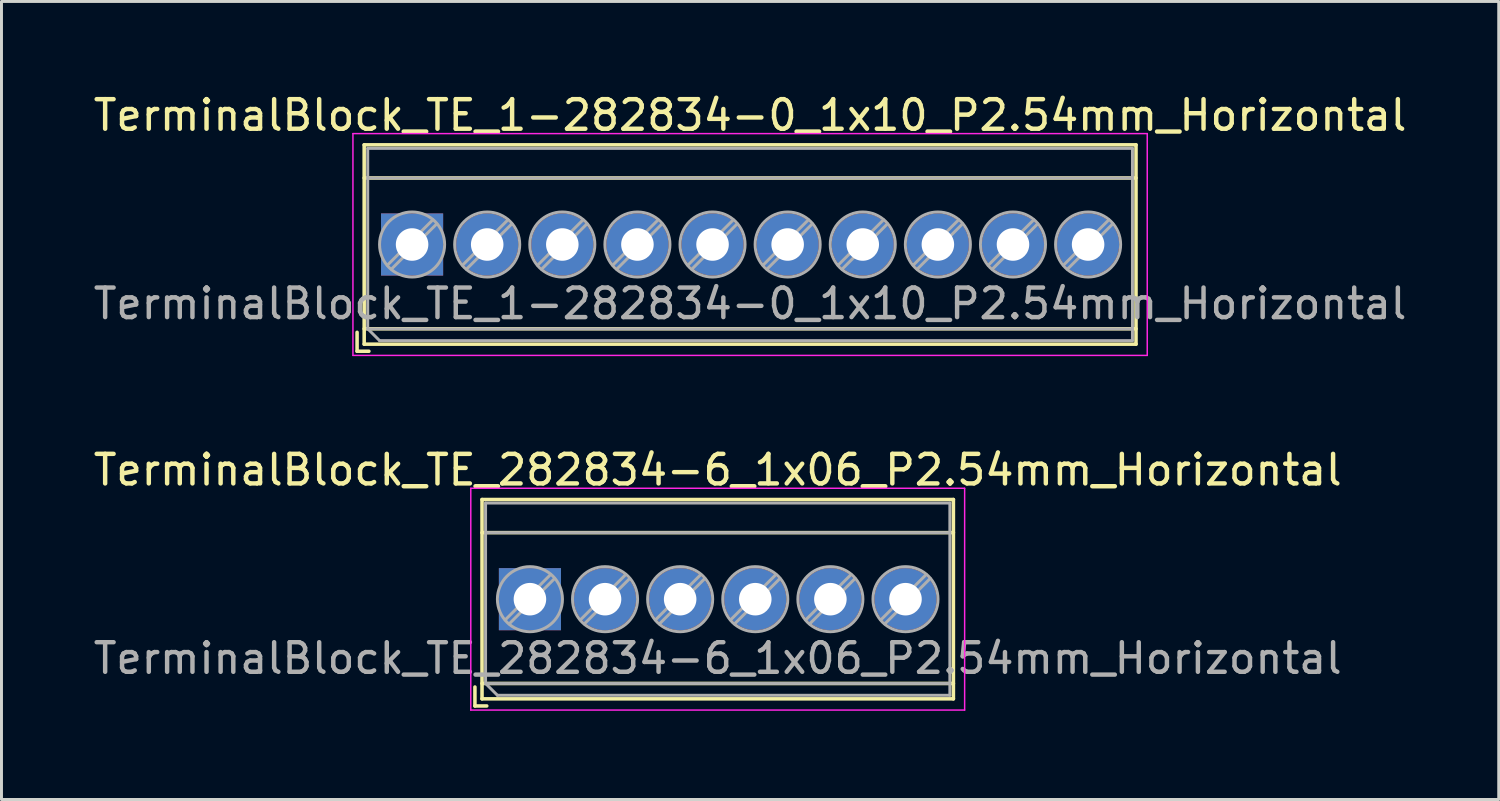
<source format=kicad_pcb>
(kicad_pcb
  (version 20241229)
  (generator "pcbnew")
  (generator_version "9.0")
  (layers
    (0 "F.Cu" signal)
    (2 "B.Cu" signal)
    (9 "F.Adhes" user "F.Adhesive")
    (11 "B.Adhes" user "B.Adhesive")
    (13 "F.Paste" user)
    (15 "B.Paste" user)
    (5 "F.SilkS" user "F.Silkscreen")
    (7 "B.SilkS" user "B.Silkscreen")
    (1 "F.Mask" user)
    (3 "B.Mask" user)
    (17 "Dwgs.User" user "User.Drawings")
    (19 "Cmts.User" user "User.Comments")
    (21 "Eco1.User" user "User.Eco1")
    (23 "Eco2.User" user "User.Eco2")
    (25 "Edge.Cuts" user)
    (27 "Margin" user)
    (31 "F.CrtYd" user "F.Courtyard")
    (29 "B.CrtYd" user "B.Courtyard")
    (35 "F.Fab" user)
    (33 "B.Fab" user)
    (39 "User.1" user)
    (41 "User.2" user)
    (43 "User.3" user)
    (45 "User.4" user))
  (footprint "TerminalBlock_TE_282834-6_1x06_P2.54mm_Horizontal"
    (layer "F.Cu")
    (at 14.87 17.212)
    (property "Reference" "TerminalBlock_TE_282834-6_1x06_P2.54mm_Horizontal" (at 6.35 -4.37 0) (layer "F.SilkS") (effects (font (size 1 1) (thickness 0.15))))
    (attr through_hole)
    (fp_line (start -1.86 2.97) (end -1.86 3.61) (stroke (width 0.12) (type solid)) (layer "F.SilkS"))
    (fp_line (start -1.86 3.61) (end -1.46 3.61) (stroke (width 0.12) (type solid)) (layer "F.SilkS"))
    (fp_line (start -1.62 -3.37) (end -1.62 3.37) (stroke (width 0.12) (type solid)) (layer "F.SilkS"))
    (fp_line (start -1.62 -3.37) (end 14.32 -3.37) (stroke (width 0.12) (type solid)) (layer "F.SilkS"))
    (fp_line (start -1.62 -2.25) (end 14.32 -2.25) (stroke (width 0.12) (type solid)) (layer "F.SilkS"))
    (fp_line (start -1.62 2.85) (end 14.32 2.85) (stroke (width 0.12) (type solid)) (layer "F.SilkS"))
    (fp_line (start -1.62 3.37) (end 14.32 3.37) (stroke (width 0.12) (type solid)) (layer "F.SilkS"))
    (fp_line (start 14.32 -3.37) (end 14.32 3.37) (stroke (width 0.12) (type solid)) (layer "F.SilkS"))
    (fp_line (start -2 -3.75) (end -2 3.75) (stroke (width 0.05) (type solid)) (layer "F.CrtYd"))
    (fp_line (start -2 3.75) (end 14.7 3.75) (stroke (width 0.05) (type solid)) (layer "F.CrtYd"))
    (fp_line (start 14.7 -3.75) (end -2 -3.75) (stroke (width 0.05) (type solid)) (layer "F.CrtYd"))
    (fp_line (start 14.7 3.75) (end 14.7 -3.75) (stroke (width 0.05) (type solid)) (layer "F.CrtYd"))
    (fp_line (start -1.5 -3.25) (end 14.2 -3.25) (stroke (width 0.1) (type solid)) (layer "F.Fab"))
    (fp_line (start -1.5 -2.25) (end 14.2 -2.25) (stroke (width 0.1) (type solid)) (layer "F.Fab"))
    (fp_line (start -1.5 2.85) (end -1.5 -3.25) (stroke (width 0.1) (type solid)) (layer "F.Fab"))
    (fp_line (start -1.5 2.85) (end 14.2 2.85) (stroke (width 0.1) (type solid)) (layer "F.Fab"))
    (fp_line (start -1.1 3.25) (end -1.5 2.85) (stroke (width 0.1) (type solid)) (layer "F.Fab"))
    (fp_line (start 0.701 -0.835) (end -0.835 0.7) (stroke (width 0.1) (type solid)) (layer "F.Fab"))
    (fp_line (start 0.835 -0.7) (end -0.701 0.835) (stroke (width 0.1) (type solid)) (layer "F.Fab"))
    (fp_line (start 3.241 -0.835) (end 1.706 0.7) (stroke (width 0.1) (type solid)) (layer "F.Fab"))
    (fp_line (start 3.375 -0.7) (end 1.84 0.835) (stroke (width 0.1) (type solid)) (layer "F.Fab"))
    (fp_line (start 5.781 -0.835) (end 4.246 0.7) (stroke (width 0.1) (type solid)) (layer "F.Fab"))
    (fp_line (start 5.915 -0.7) (end 4.38 0.835) (stroke (width 0.1) (type solid)) (layer "F.Fab"))
    (fp_line (start 8.321 -0.835) (end 6.786 0.7) (stroke (width 0.1) (type solid)) (layer "F.Fab"))
    (fp_line (start 8.455 -0.7) (end 6.92 0.835) (stroke (width 0.1) (type solid)) (layer "F.Fab"))
    (fp_line (start 10.861 -0.835) (end 9.326 0.7) (stroke (width 0.1) (type solid)) (layer "F.Fab"))
    (fp_line (start 10.995 -0.7) (end 9.46 0.835) (stroke (width 0.1) (type solid)) (layer "F.Fab"))
    (fp_line (start 13.401 -0.835) (end 11.866 0.7) (stroke (width 0.1) (type solid)) (layer "F.Fab"))
    (fp_line (start 13.535 -0.7) (end 12 0.835) (stroke (width 0.1) (type solid)) (layer "F.Fab"))
    (fp_line (start 14.2 -3.25) (end 14.2 3.25) (stroke (width 0.1) (type solid)) (layer "F.Fab"))
    (fp_line (start 14.2 3.25) (end -1.1 3.25) (stroke (width 0.1) (type solid)) (layer "F.Fab"))
    (fp_circle (center 0 0) (end 1.1 0) (stroke (width 0.1) (type solid)) (fill no) (layer "F.Fab"))
    (fp_circle (center 2.54 0) (end 3.64 0) (stroke (width 0.1) (type solid)) (fill no) (layer "F.Fab"))
    (fp_circle (center 5.08 0) (end 6.18 0) (stroke (width 0.1) (type solid)) (fill no) (layer "F.Fab"))
    (fp_circle (center 7.62 0) (end 8.72 0) (stroke (width 0.1) (type solid)) (fill no) (layer "F.Fab"))
    (fp_circle (center 10.16 0) (end 11.26 0) (stroke (width 0.1) (type solid)) (fill no) (layer "F.Fab"))
    (fp_circle (center 12.7 0) (end 13.8 0) (stroke (width 0.1) (type solid)) (fill no) (layer "F.Fab"))
    (fp_text user "${REFERENCE}" (at 6.35 2 0) (layer "F.Fab") (effects (font (size 1 1) (thickness 0.15))))
    (pad "1" thru_hole rect (at 0 0) (size 2.1 2.1) (drill 1.1) (layers "*.Cu" "*.Mask"))
    (pad "2" thru_hole circle (at 2.54 0) (size 2.1 2.1) (drill 1.1) (layers "*.Cu" "*.Mask"))
    (pad "3" thru_hole circle (at 5.08 0) (size 2.1 2.1) (drill 1.1) (layers "*.Cu" "*.Mask"))
    (pad "4" thru_hole circle (at 7.62 0) (size 2.1 2.1) (drill 1.1) (layers "*.Cu" "*.Mask"))
    (pad "5" thru_hole circle (at 10.16 0) (size 2.1 2.1) (drill 1.1) (layers "*.Cu" "*.Mask"))
    (pad "6" thru_hole circle (at 12.7 0) (size 2.1 2.1) (drill 1.1) (layers "*.Cu" "*.Mask")))
  (footprint "TerminalBlock_TE_1-282834-0_1x10_P2.54mm_Horizontal"
    (layer "F.Cu")
    (at 10.885 5.218)
    (property "Reference" "TerminalBlock_TE_1-282834-0_1x10_P2.54mm_Horizontal" (at 11.43 -4.37 0) (layer "F.SilkS") (effects (font (size 1 1) (thickness 0.15))))
    (attr through_hole)
    (fp_line (start -1.86 2.97) (end -1.86 3.61) (stroke (width 0.12) (type solid)) (layer "F.SilkS"))
    (fp_line (start -1.86 3.61) (end -1.46 3.61) (stroke (width 0.12) (type solid)) (layer "F.SilkS"))
    (fp_line (start -1.62 -3.37) (end -1.62 3.37) (stroke (width 0.12) (type solid)) (layer "F.SilkS"))
    (fp_line (start -1.62 -3.37) (end 24.48 -3.37) (stroke (width 0.12) (type solid)) (layer "F.SilkS"))
    (fp_line (start -1.62 -2.25) (end 24.48 -2.25) (stroke (width 0.12) (type solid)) (layer "F.SilkS"))
    (fp_line (start -1.62 2.85) (end 24.48 2.85) (stroke (width 0.12) (type solid)) (layer "F.SilkS"))
    (fp_line (start -1.62 3.37) (end 24.48 3.37) (stroke (width 0.12) (type solid)) (layer "F.SilkS"))
    (fp_line (start 24.48 -3.37) (end 24.48 3.37) (stroke (width 0.12) (type solid)) (layer "F.SilkS"))
    (fp_line (start -2 -3.75) (end -2 3.75) (stroke (width 0.05) (type solid)) (layer "F.CrtYd"))
    (fp_line (start -2 3.75) (end 24.86 3.75) (stroke (width 0.05) (type solid)) (layer "F.CrtYd"))
    (fp_line (start 24.86 -3.75) (end -2 -3.75) (stroke (width 0.05) (type solid)) (layer "F.CrtYd"))
    (fp_line (start 24.86 3.75) (end 24.86 -3.75) (stroke (width 0.05) (type solid)) (layer "F.CrtYd"))
    (fp_line (start -1.5 -3.25) (end 24.36 -3.25) (stroke (width 0.1) (type solid)) (layer "F.Fab"))
    (fp_line (start -1.5 -2.25) (end 24.36 -2.25) (stroke (width 0.1) (type solid)) (layer "F.Fab"))
    (fp_line (start -1.5 2.85) (end -1.5 -3.25) (stroke (width 0.1) (type solid)) (layer "F.Fab"))
    (fp_line (start -1.5 2.85) (end 24.36 2.85) (stroke (width 0.1) (type solid)) (layer "F.Fab"))
    (fp_line (start -1.1 3.25) (end -1.5 2.85) (stroke (width 0.1) (type solid)) (layer "F.Fab"))
    (fp_line (start 0.701 -0.835) (end -0.835 0.7) (stroke (width 0.1) (type solid)) (layer "F.Fab"))
    (fp_line (start 0.835 -0.7) (end -0.701 0.835) (stroke (width 0.1) (type solid)) (layer "F.Fab"))
    (fp_line (start 3.241 -0.835) (end 1.706 0.7) (stroke (width 0.1) (type solid)) (layer "F.Fab"))
    (fp_line (start 3.375 -0.7) (end 1.84 0.835) (stroke (width 0.1) (type solid)) (layer "F.Fab"))
    (fp_line (start 5.781 -0.835) (end 4.246 0.7) (stroke (width 0.1) (type solid)) (layer "F.Fab"))
    (fp_line (start 5.915 -0.7) (end 4.38 0.835) (stroke (width 0.1) (type solid)) (layer "F.Fab"))
    (fp_line (start 8.321 -0.835) (end 6.786 0.7) (stroke (width 0.1) (type solid)) (layer "F.Fab"))
    (fp_line (start 8.455 -0.7) (end 6.92 0.835) (stroke (width 0.1) (type solid)) (layer "F.Fab"))
    (fp_line (start 10.861 -0.835) (end 9.326 0.7) (stroke (width 0.1) (type solid)) (layer "F.Fab"))
    (fp_line (start 10.995 -0.7) (end 9.46 0.835) (stroke (width 0.1) (type solid)) (layer "F.Fab"))
    (fp_line (start 13.401 -0.835) (end 11.866 0.7) (stroke (width 0.1) (type solid)) (layer "F.Fab"))
    (fp_line (start 13.535 -0.7) (end 12 0.835) (stroke (width 0.1) (type solid)) (layer "F.Fab"))
    (fp_line (start 15.941 -0.835) (end 14.406 0.7) (stroke (width 0.1) (type solid)) (layer "F.Fab"))
    (fp_line (start 16.075 -0.7) (end 14.54 0.835) (stroke (width 0.1) (type solid)) (layer "F.Fab"))
    (fp_line (start 18.481 -0.835) (end 16.946 0.7) (stroke (width 0.1) (type solid)) (layer "F.Fab"))
    (fp_line (start 18.615 -0.7) (end 17.08 0.835) (stroke (width 0.1) (type solid)) (layer "F.Fab"))
    (fp_line (start 21.021 -0.835) (end 19.486 0.7) (stroke (width 0.1) (type solid)) (layer "F.Fab"))
    (fp_line (start 21.155 -0.7) (end 19.62 0.835) (stroke (width 0.1) (type solid)) (layer "F.Fab"))
    (fp_line (start 23.561 -0.835) (end 22.026 0.7) (stroke (width 0.1) (type solid)) (layer "F.Fab"))
    (fp_line (start 23.695 -0.7) (end 22.16 0.835) (stroke (width 0.1) (type solid)) (layer "F.Fab"))
    (fp_line (start 24.36 -3.25) (end 24.36 3.25) (stroke (width 0.1) (type solid)) (layer "F.Fab"))
    (fp_line (start 24.36 3.25) (end -1.1 3.25) (stroke (width 0.1) (type solid)) (layer "F.Fab"))
    (fp_circle (center 0 0) (end 1.1 0) (stroke (width 0.1) (type solid)) (fill no) (layer "F.Fab"))
    (fp_circle (center 2.54 0) (end 3.64 0) (stroke (width 0.1) (type solid)) (fill no) (layer "F.Fab"))
    (fp_circle (center 5.08 0) (end 6.18 0) (stroke (width 0.1) (type solid)) (fill no) (layer "F.Fab"))
    (fp_circle (center 7.62 0) (end 8.72 0) (stroke (width 0.1) (type solid)) (fill no) (layer "F.Fab"))
    (fp_circle (center 10.16 0) (end 11.26 0) (stroke (width 0.1) (type solid)) (fill no) (layer "F.Fab"))
    (fp_circle (center 12.7 0) (end 13.8 0) (stroke (width 0.1) (type solid)) (fill no) (layer "F.Fab"))
    (fp_circle (center 15.24 0) (end 16.34 0) (stroke (width 0.1) (type solid)) (fill no) (layer "F.Fab"))
    (fp_circle (center 17.78 0) (end 18.88 0) (stroke (width 0.1) (type solid)) (fill no) (layer "F.Fab"))
    (fp_circle (center 20.32 0) (end 21.42 0) (stroke (width 0.1) (type solid)) (fill no) (layer "F.Fab"))
    (fp_circle (center 22.86 0) (end 23.96 0) (stroke (width 0.1) (type solid)) (fill no) (layer "F.Fab"))
    (fp_text user "${REFERENCE}" (at 11.43 2 0) (layer "F.Fab") (effects (font (size 1 1) (thickness 0.15))))
    (pad "1" thru_hole rect (at 0 0) (size 2.1 2.1) (drill 1.1) (layers "*.Cu" "*.Mask"))
    (pad "2" thru_hole circle (at 2.54 0) (size 2.1 2.1) (drill 1.1) (layers "*.Cu" "*.Mask"))
    (pad "3" thru_hole circle (at 5.08 0) (size 2.1 2.1) (drill 1.1) (layers "*.Cu" "*.Mask"))
    (pad "4" thru_hole circle (at 7.62 0) (size 2.1 2.1) (drill 1.1) (layers "*.Cu" "*.Mask"))
    (pad "5" thru_hole circle (at 10.16 0) (size 2.1 2.1) (drill 1.1) (layers "*.Cu" "*.Mask"))
    (pad "6" thru_hole circle (at 12.7 0) (size 2.1 2.1) (drill 1.1) (layers "*.Cu" "*.Mask"))
    (pad "7" thru_hole circle (at 15.24 0) (size 2.1 2.1) (drill 1.1) (layers "*.Cu" "*.Mask"))
    (pad "8" thru_hole circle (at 17.78 0) (size 2.1 2.1) (drill 1.1) (layers "*.Cu" "*.Mask"))
    (pad "9" thru_hole circle (at 20.32 0) (size 2.1 2.1) (drill 1.1) (layers "*.Cu" "*.Mask"))
    (pad "10" thru_hole circle (at 22.86 0) (size 2.1 2.1) (drill 1.1) (layers "*.Cu" "*.Mask")))
  (gr_rect
    (start -3 -3)
    (end 47.631 23.986)
    (stroke (width 0.1) (type default))
    (fill no)
    (layer "Edge.Cuts")))
</source>
